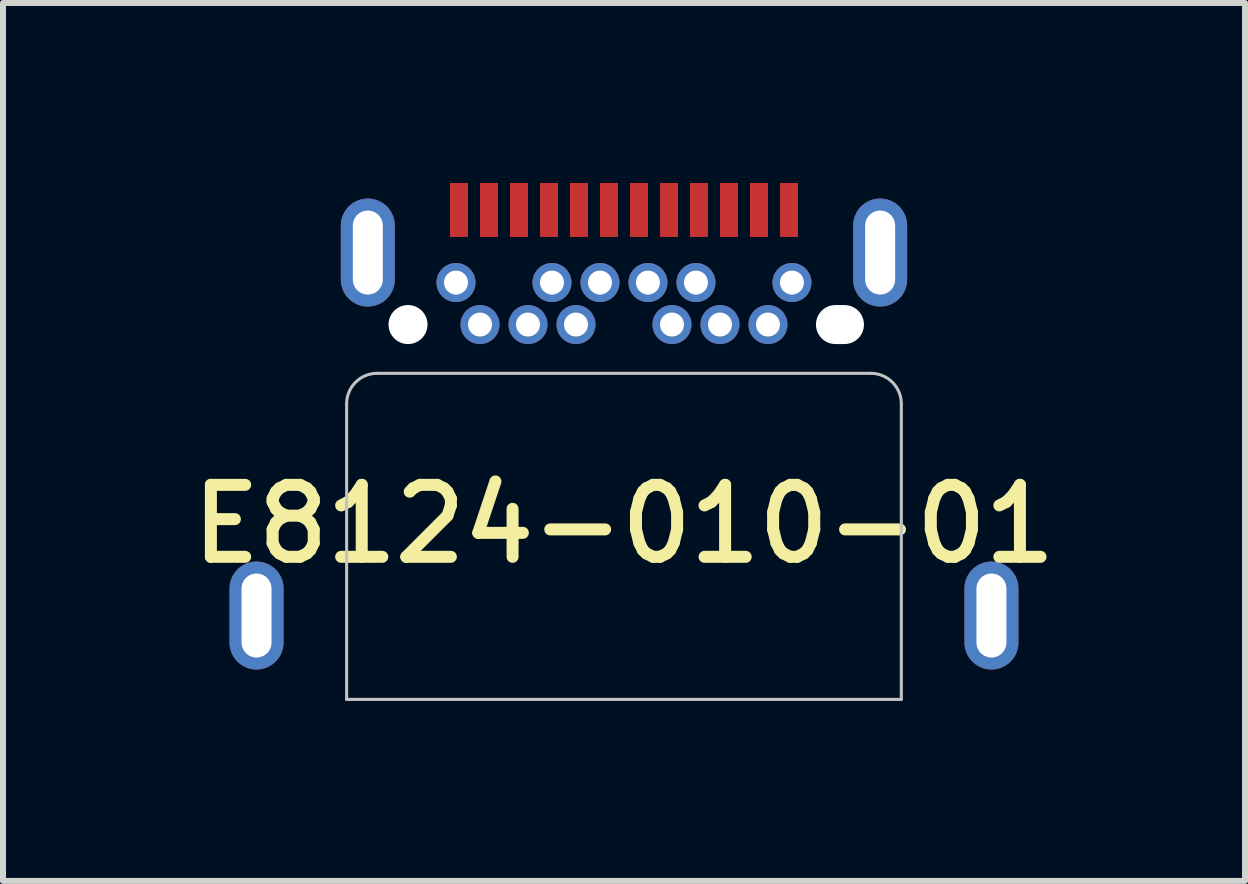
<source format=kicad_pcb>
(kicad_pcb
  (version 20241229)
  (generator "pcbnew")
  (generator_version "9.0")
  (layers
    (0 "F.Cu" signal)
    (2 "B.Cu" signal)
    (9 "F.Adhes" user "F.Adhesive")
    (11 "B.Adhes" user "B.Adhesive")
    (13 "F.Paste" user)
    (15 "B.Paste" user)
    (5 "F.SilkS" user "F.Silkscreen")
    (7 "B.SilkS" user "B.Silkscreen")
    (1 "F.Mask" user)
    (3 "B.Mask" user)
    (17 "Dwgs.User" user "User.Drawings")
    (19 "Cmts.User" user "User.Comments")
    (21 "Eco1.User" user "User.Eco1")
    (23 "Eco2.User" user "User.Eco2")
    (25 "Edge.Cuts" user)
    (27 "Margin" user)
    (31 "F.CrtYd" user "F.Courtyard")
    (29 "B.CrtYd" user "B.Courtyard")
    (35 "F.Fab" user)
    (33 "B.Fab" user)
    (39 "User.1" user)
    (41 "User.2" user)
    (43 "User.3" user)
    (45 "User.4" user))
  (footprint "E8124-010-01"
    (layer "F.Cu")
    (at 7.351 2.36)
    (property "Reference" "E8124-010-01" (at 0 3.327 0) (layer "F.SilkS") (effects (font (size 1.2 1.2) (thickness 0.2))))
    (attr smd)
    (fp_line (start -4.623 6.248) (end -4.623 1.321) (stroke (width 0.051) (type solid)) (layer "Dwgs.User"))
    (fp_line (start -4.115 0.813) (end 4.115 0.813) (stroke (width 0.051) (type solid)) (layer "Dwgs.User"))
    (fp_line (start 4.623 1.321) (end 4.623 6.248) (stroke (width 0.051) (type solid)) (layer "Dwgs.User"))
    (fp_line (start 4.623 6.248) (end -4.623 6.248) (stroke (width 0.051) (type solid)) (layer "Dwgs.User"))
    (fp_arc (start -4.6228 1.3208) (mid -4.47401 0.96159) (end -4.1148 0.8128) (stroke (width 0.0508) (type solid)) (layer "Dwgs.User"))
    (fp_arc (start 4.1148 0.8128) (mid 4.47401 0.96159) (end 4.6228 1.3208) (stroke (width 0.0508) (type solid)) (layer "Dwgs.User"))
    (pad "" np_thru_hole circle (at -3.6 0) (size 0.65 0.65) (drill 0.65) (layers "*.Cu" "*.Mask"))
    (pad "" np_thru_hole oval (at 3.6 0) (size 0.8 0.65) (drill oval 0.8 0.65) (layers "*.Cu" "*.Mask"))
    (pad "A1" smd rect (at -2.75 -1.91) (size 0.3 0.9) (layers "F.Cu" "F.Mask" "F.Paste"))
    (pad "A2" smd rect (at -2.25 -1.91) (size 0.3 0.9) (layers "F.Cu" "F.Mask" "F.Paste"))
    (pad "A3" smd rect (at -1.75 -1.91) (size 0.3 0.9) (layers "F.Cu" "F.Mask" "F.Paste"))
    (pad "A4" smd rect (at -1.25 -1.91) (size 0.3 0.9) (layers "F.Cu" "F.Mask" "F.Paste"))
    (pad "A5" smd rect (at -0.75 -1.91) (size 0.3 0.9) (layers "F.Cu" "F.Mask" "F.Paste"))
    (pad "A6" smd rect (at -0.25 -1.91) (size 0.3 0.9) (layers "F.Cu" "F.Mask" "F.Paste"))
    (pad "A7" smd rect (at 0.25 -1.91) (size 0.3 0.9) (layers "F.Cu" "F.Mask" "F.Paste"))
    (pad "A8" smd rect (at 0.75 -1.91) (size 0.3 0.9) (layers "F.Cu" "F.Mask" "F.Paste"))
    (pad "A9" smd rect (at 1.25 -1.91) (size 0.3 0.9) (layers "F.Cu" "F.Mask" "F.Paste"))
    (pad "A10" smd rect (at 1.75 -1.91) (size 0.3 0.9) (layers "F.Cu" "F.Mask" "F.Paste"))
    (pad "A11" smd rect (at 2.25 -1.91) (size 0.3 0.9) (layers "F.Cu" "F.Mask" "F.Paste"))
    (pad "A12" smd rect (at 2.75 -1.91) (size 0.3 0.9) (layers "F.Cu" "F.Mask" "F.Paste"))
    (pad "B1" thru_hole circle (at 2.8 -0.7) (size 0.65 0.65) (drill 0.4) (layers "*.Cu" "*.Mask"))
    (pad "B2" thru_hole circle (at 2.4 0) (size 0.65 0.65) (drill 0.4) (layers "*.Cu" "*.Mask"))
    (pad "B3" thru_hole circle (at 1.6 0) (size 0.65 0.65) (drill 0.4) (layers "*.Cu" "*.Mask"))
    (pad "B4" thru_hole circle (at 1.2 -0.7) (size 0.65 0.65) (drill 0.4) (layers "*.Cu" "*.Mask"))
    (pad "B5" thru_hole circle (at 0.8 0) (size 0.65 0.65) (drill 0.4) (layers "*.Cu" "*.Mask"))
    (pad "B6" thru_hole circle (at 0.4 -0.7) (size 0.65 0.65) (drill 0.4) (layers "*.Cu" "*.Mask"))
    (pad "B7" thru_hole circle (at -0.4 -0.7) (size 0.65 0.65) (drill 0.4) (layers "*.Cu" "*.Mask"))
    (pad "B8" thru_hole circle (at -0.8 0) (size 0.65 0.65) (drill 0.4) (layers "*.Cu" "*.Mask"))
    (pad "B9" thru_hole circle (at -1.2 -0.7) (size 0.65 0.65) (drill 0.4) (layers "*.Cu" "*.Mask"))
    (pad "B10" thru_hole circle (at -1.6 0) (size 0.65 0.65) (drill 0.4) (layers "*.Cu" "*.Mask"))
    (pad "B11" thru_hole circle (at -2.4 0) (size 0.65 0.65) (drill 0.4) (layers "*.Cu" "*.Mask"))
    (pad "B12" thru_hole circle (at -2.8 -0.7) (size 0.65 0.65) (drill 0.4) (layers "*.Cu" "*.Mask"))
    (pad "S1" thru_hole oval (at -6.125 4.85) (size 0.9 1.8) (drill oval 0.5 1.4) (layers "*.Cu" "*.Mask"))
    (pad "S1" thru_hole oval (at -4.27 -1.2) (size 0.9 1.8) (drill oval 0.5 1.4) (layers "*.Cu" "*.Mask"))
    (pad "S1" thru_hole oval (at 4.27 -1.2) (size 0.9 1.8) (drill oval 0.5 1.4) (layers "*.Cu" "*.Mask"))
    (pad "S1" thru_hole oval (at 6.125 4.85) (size 0.9 1.8) (drill oval 0.5 1.4) (layers "*.Cu" "*.Mask")))
  (gr_rect
    (start -3 -3)
    (end 17.703 11.634)
    (stroke (width 0.1) (type default))
    (fill no)
    (layer "Edge.Cuts")))
</source>
